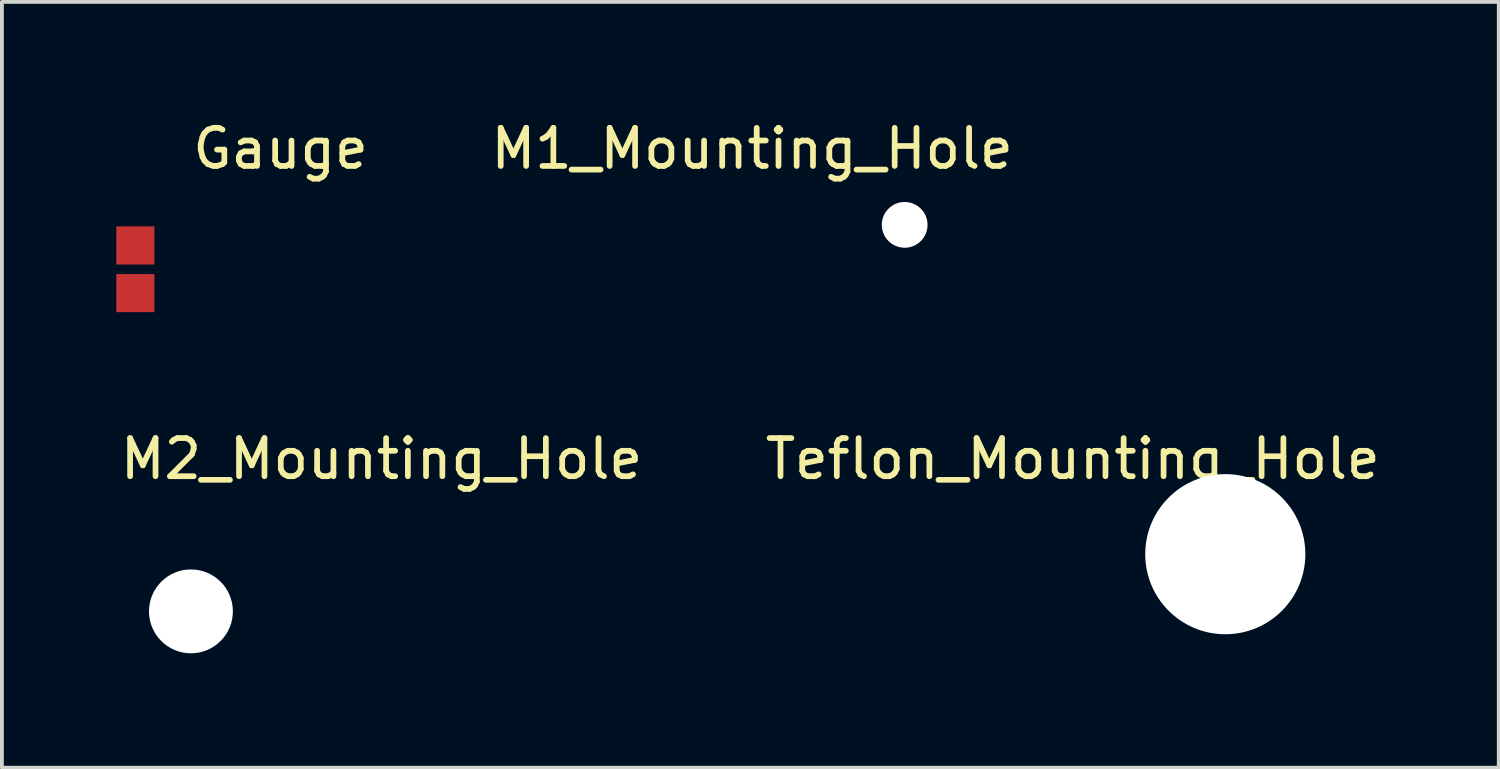
<source format=kicad_pcb>
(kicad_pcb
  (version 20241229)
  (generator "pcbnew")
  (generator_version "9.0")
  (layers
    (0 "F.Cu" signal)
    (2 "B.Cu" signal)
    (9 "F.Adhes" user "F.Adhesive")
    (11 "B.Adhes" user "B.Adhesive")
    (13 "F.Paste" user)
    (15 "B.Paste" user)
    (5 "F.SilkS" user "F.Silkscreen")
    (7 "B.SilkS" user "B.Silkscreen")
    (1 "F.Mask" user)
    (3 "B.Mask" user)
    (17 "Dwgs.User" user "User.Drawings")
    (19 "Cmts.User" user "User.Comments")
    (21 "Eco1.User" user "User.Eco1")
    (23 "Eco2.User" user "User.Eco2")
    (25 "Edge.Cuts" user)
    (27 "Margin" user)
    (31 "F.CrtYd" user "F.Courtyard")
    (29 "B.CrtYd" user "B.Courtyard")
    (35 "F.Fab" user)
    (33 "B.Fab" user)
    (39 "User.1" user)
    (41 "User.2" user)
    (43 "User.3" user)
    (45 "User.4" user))
  (footprint "M2_Mounting_Hole"
    (layer "F.Cu")
    (at 1.958 12.986)
    (property "Reference" "M2_Mounting_Hole" (at 5 -4 0) (layer "F.SilkS") (effects (font (size 1 1) (thickness 0.15))))
    (attr through_hole)
    (pad "" np_thru_hole circle (at 0 0) (size 2.2 2.2) (drill 2.2) (layers "*.Cu" "*.Mask")))
  (footprint "Gauge"
    (layer "F.Cu")
    (at 0.5 3.388)
    (property "Reference" "Gauge" (at 3.81 -2.54 0) (layer "F.SilkS") (effects (font (size 1 1) (thickness 0.15))))
    (attr through_hole)
    (pad "1" connect rect (at 0 0) (size 1 1) (layers "F.Cu" "F.Mask"))
    (pad "2" connect rect (at 0 1.25) (size 1 1) (layers "F.Cu" "F.Mask")))
  (footprint "Teflon_Mounting_Hole"
    (layer "F.Cu")
    (at 29.089 11.486)
    (property "Reference" "Teflon_Mounting_Hole" (at -4 -2.5 0) (layer "F.SilkS") (effects (font (size 1 1) (thickness 0.15))))
    (attr through_hole)
    (pad "" np_thru_hole circle (at 0 0) (size 4.2 4.2) (drill 4.2) (layers "*.Cu" "*.Mask")))
  (footprint "M1_Mounting_Hole"
    (layer "F.Cu")
    (at 20.679 2.848)
    (property "Reference" "M1_Mounting_Hole" (at -4 -2 0) (layer "F.SilkS") (effects (font (size 1 1) (thickness 0.15))))
    (attr through_hole)
    (pad "" np_thru_hole circle (at 0 0) (size 1.2 1.2) (drill 1.2) (layers "*.Cu" "*.Mask")))
  (gr_rect
    (start -3 -3)
    (end 36.262 17.087)
    (stroke (width 0.1) (type default))
    (fill no)
    (layer "Edge.Cuts")))
</source>
